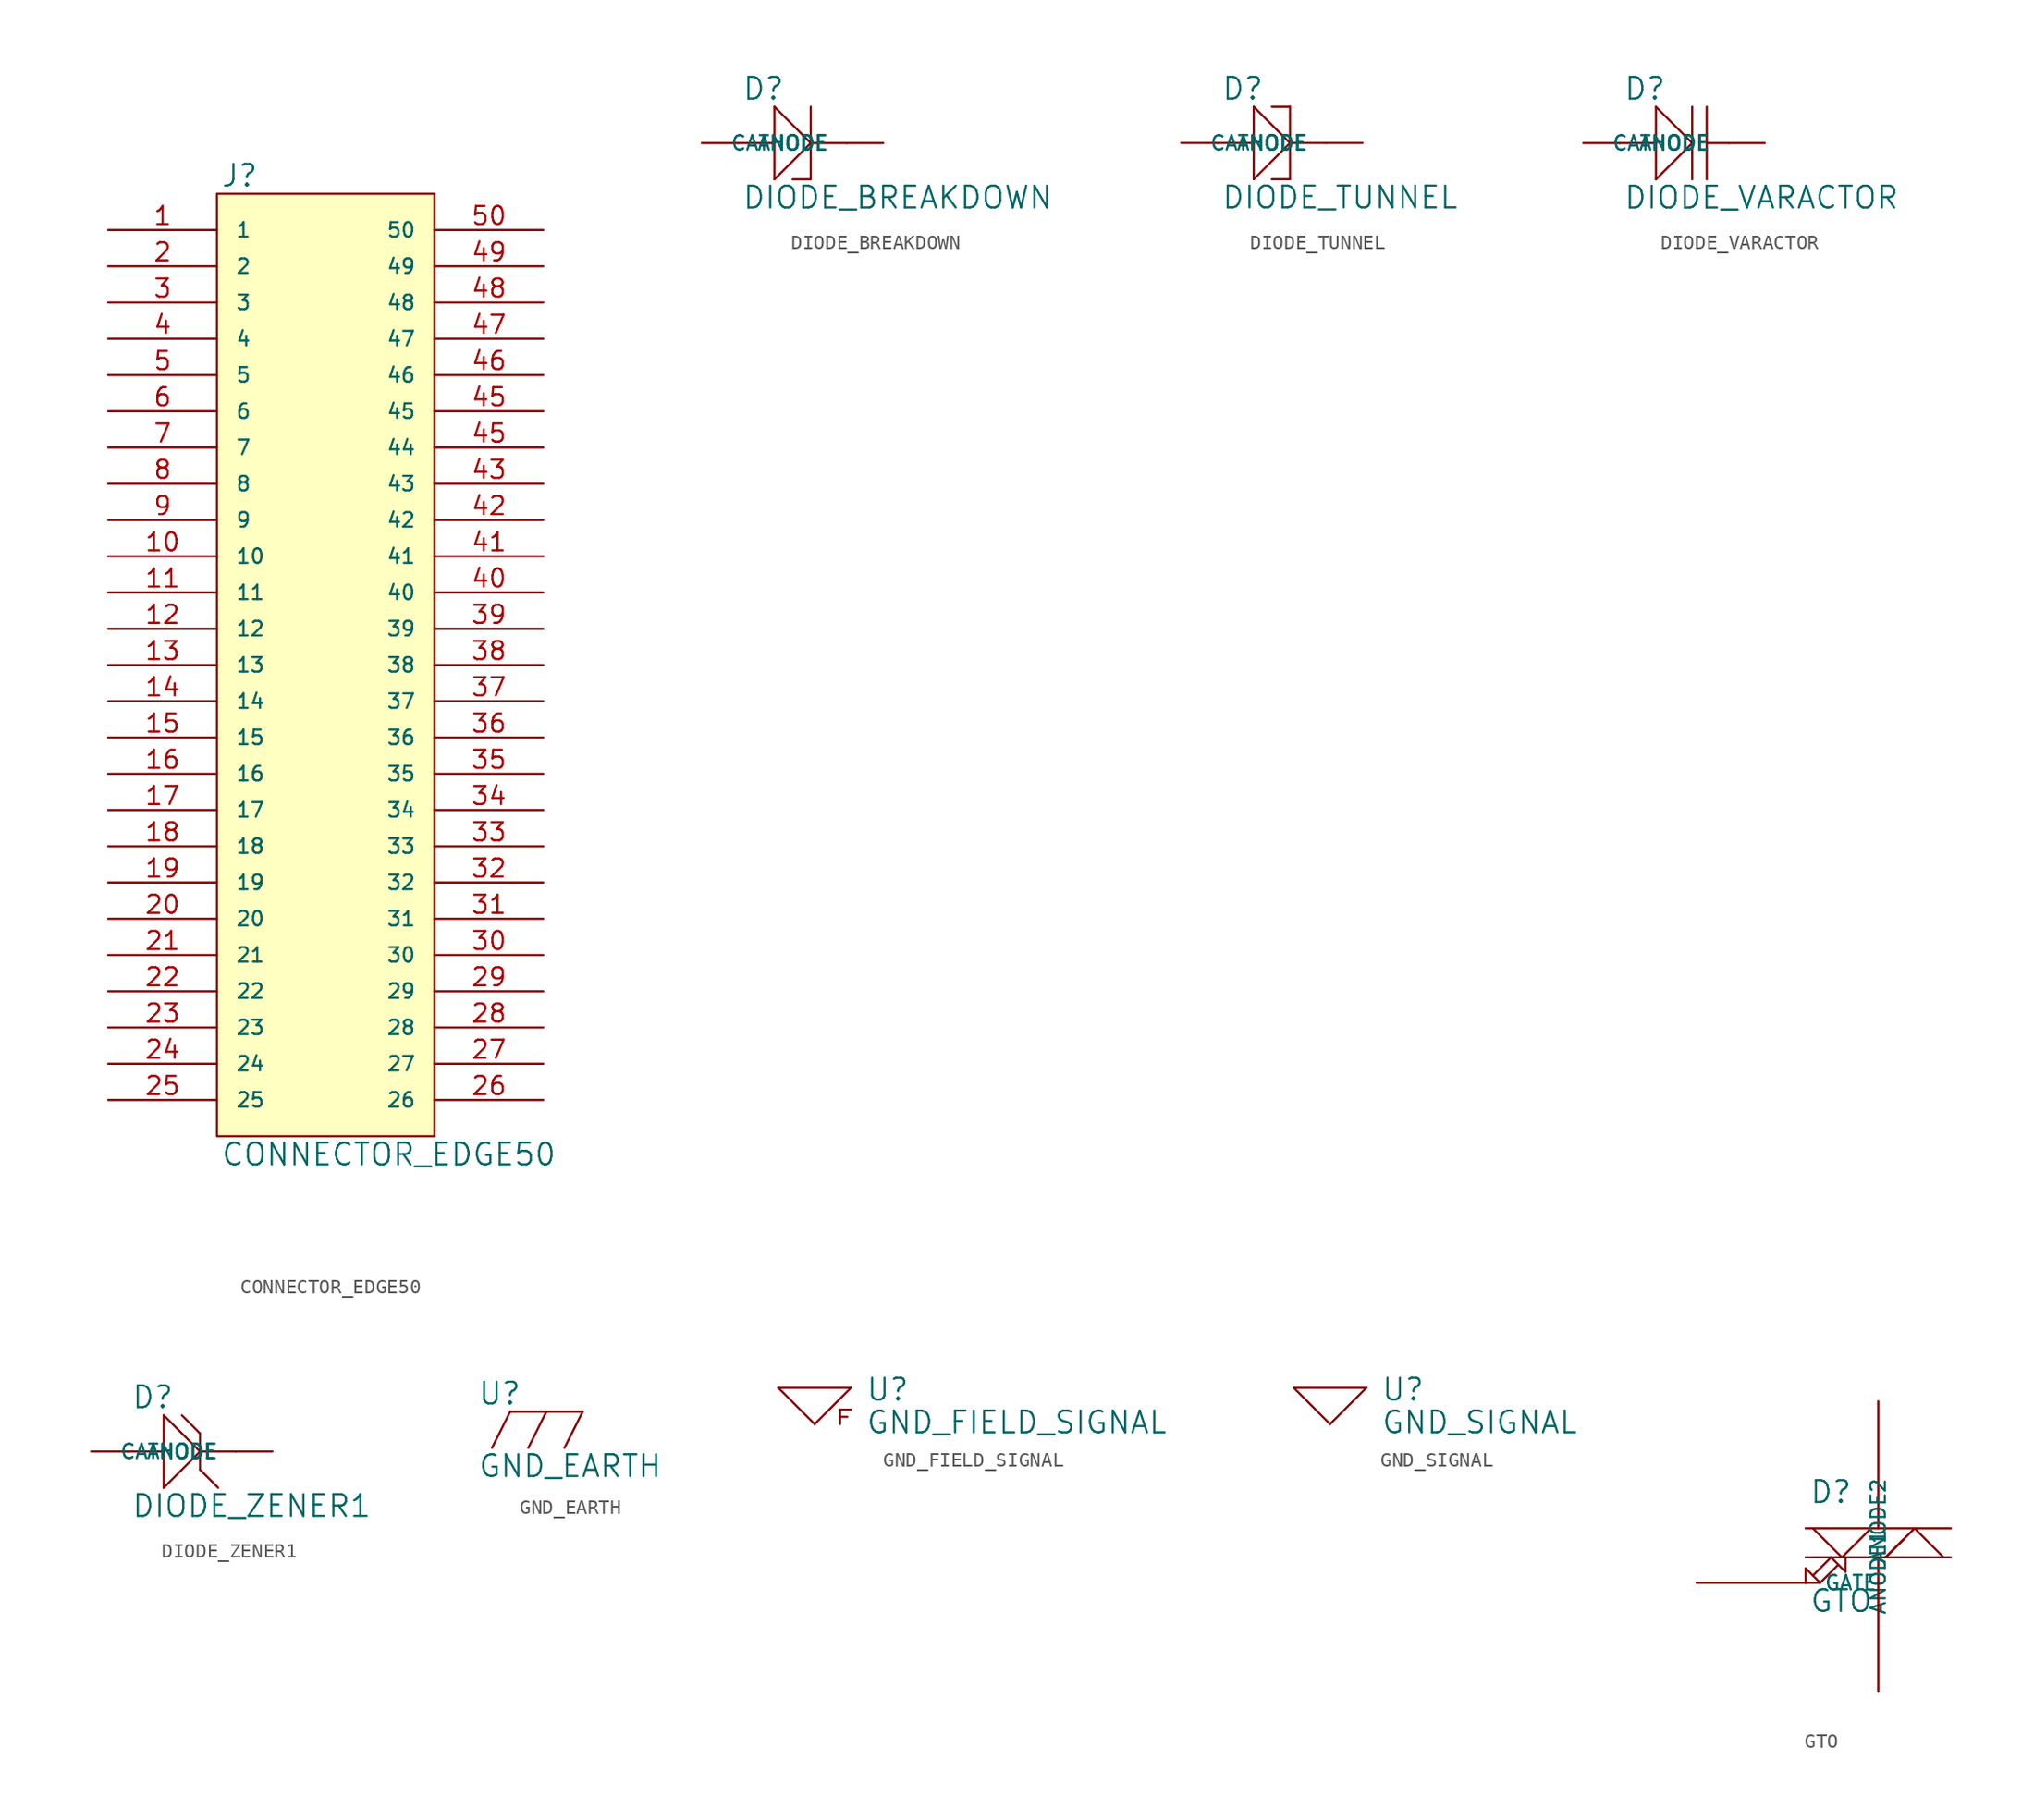
<source format=kicad_sym>
(kicad_symbol_lib
  (version 20231120)
  (generator "kicad_symbol_editor")
  (generator_version "8.0")
  (symbol "CONNECTOR_EDGE50"
    (pin_names
      (offset 1.27))
    (property "Reference" "J"
      (at 0.254 0.381 0)
      (effects (font (size 1.524 1.524)) (justify left bottom)))
    (property "Value" "CONNECTOR_EDGE50"
      (at 0.254 -66.421 0)
      (effects (font (size 1.524 1.524)) (justify left top)))
    (symbol "CONNECTOR_EDGE50_0_1"
      (rectangle (start 0 0) (end 15.24 -66.04) (stroke (width 0) (type solid)) (fill (type background))))
    (symbol "CONNECTOR_EDGE50_1_1"
      (pin passive line (at -7.62 -2.54 0) (length 7.62) (name "1" (effects (font (size 1.016 1.016)))) (number "1" (effects (font (size 1.27 1.27)))))
      (pin passive line (at -7.62 -25.4 0) (length 7.62) (name "10" (effects (font (size 1.016 1.016)))) (number "10" (effects (font (size 1.27 1.27)))))
      (pin passive line (at -7.62 -27.94 0) (length 7.62) (name "11" (effects (font (size 1.016 1.016)))) (number "11" (effects (font (size 1.27 1.27)))))
      (pin passive line (at -7.62 -30.48 0) (length 7.62) (name "12" (effects (font (size 1.016 1.016)))) (number "12" (effects (font (size 1.27 1.27)))))
      (pin passive line (at -7.62 -33.02 0) (length 7.62) (name "13" (effects (font (size 1.016 1.016)))) (number "13" (effects (font (size 1.27 1.27)))))
      (pin passive line (at -7.62 -35.56 0) (length 7.62) (name "14" (effects (font (size 1.016 1.016)))) (number "14" (effects (font (size 1.27 1.27)))))
      (pin passive line (at -7.62 -38.1 0) (length 7.62) (name "15" (effects (font (size 1.016 1.016)))) (number "15" (effects (font (size 1.27 1.27)))))
      (pin passive line (at -7.62 -40.64 0) (length 7.62) (name "16" (effects (font (size 1.016 1.016)))) (number "16" (effects (font (size 1.27 1.27)))))
      (pin passive line (at -7.62 -43.18 0) (length 7.62) (name "17" (effects (font (size 1.016 1.016)))) (number "17" (effects (font (size 1.27 1.27)))))
      (pin passive line (at -7.62 -45.72 0) (length 7.62) (name "18" (effects (font (size 1.016 1.016)))) (number "18" (effects (font (size 1.27 1.27)))))
      (pin passive line (at -7.62 -48.26 0) (length 7.62) (name "19" (effects (font (size 1.016 1.016)))) (number "19" (effects (font (size 1.27 1.27)))))
      (pin passive line (at -7.62 -5.08 0) (length 7.62) (name "2" (effects (font (size 1.016 1.016)))) (number "2" (effects (font (size 1.27 1.27)))))
      (pin passive line (at -7.62 -50.8 0) (length 7.62) (name "20" (effects (font (size 1.016 1.016)))) (number "20" (effects (font (size 1.27 1.27)))))
      (pin passive line (at -7.62 -53.34 0) (length 7.62) (name "21" (effects (font (size 1.016 1.016)))) (number "21" (effects (font (size 1.27 1.27)))))
      (pin passive line (at -7.62 -55.88 0) (length 7.62) (name "22" (effects (font (size 1.016 1.016)))) (number "22" (effects (font (size 1.27 1.27)))))
      (pin passive line (at -7.62 -58.42 0) (length 7.62) (name "23" (effects (font (size 1.016 1.016)))) (number "23" (effects (font (size 1.27 1.27)))))
      (pin passive line (at -7.62 -60.96 0) (length 7.62) (name "24" (effects (font (size 1.016 1.016)))) (number "24" (effects (font (size 1.27 1.27)))))
      (pin passive line (at -7.62 -63.5 0) (length 7.62) (name "25" (effects (font (size 1.016 1.016)))) (number "25" (effects (font (size 1.27 1.27)))))
      (pin passive line (at 22.86 -63.5 180) (length 7.62) (name "26" (effects (font (size 1.016 1.016)))) (number "26" (effects (font (size 1.27 1.27)))))
      (pin passive line (at 22.86 -60.96 180) (length 7.62) (name "27" (effects (font (size 1.016 1.016)))) (number "27" (effects (font (size 1.27 1.27)))))
      (pin passive line (at 22.86 -58.42 180) (length 7.62) (name "28" (effects (font (size 1.016 1.016)))) (number "28" (effects (font (size 1.27 1.27)))))
      (pin passive line (at 22.86 -55.88 180) (length 7.62) (name "29" (effects (font (size 1.016 1.016)))) (number "29" (effects (font (size 1.27 1.27)))))
      (pin passive line (at -7.62 -7.62 0) (length 7.62) (name "3" (effects (font (size 1.016 1.016)))) (number "3" (effects (font (size 1.27 1.27)))))
      (pin passive line (at 22.86 -53.34 180) (length 7.62) (name "30" (effects (font (size 1.016 1.016)))) (number "30" (effects (font (size 1.27 1.27)))))
      (pin passive line (at 22.86 -50.8 180) (length 7.62) (name "31" (effects (font (size 1.016 1.016)))) (number "31" (effects (font (size 1.27 1.27)))))
      (pin passive line (at 22.86 -48.26 180) (length 7.62) (name "32" (effects (font (size 1.016 1.016)))) (number "32" (effects (font (size 1.27 1.27)))))
      (pin passive line (at 22.86 -45.72 180) (length 7.62) (name "33" (effects (font (size 1.016 1.016)))) (number "33" (effects (font (size 1.27 1.27)))))
      (pin passive line (at 22.86 -43.18 180) (length 7.62) (name "34" (effects (font (size 1.016 1.016)))) (number "34" (effects (font (size 1.27 1.27)))))
      (pin passive line (at 22.86 -40.64 180) (length 7.62) (name "35" (effects (font (size 1.016 1.016)))) (number "35" (effects (font (size 1.27 1.27)))))
      (pin passive line (at 22.86 -38.1 180) (length 7.62) (name "36" (effects (font (size 1.016 1.016)))) (number "36" (effects (font (size 1.27 1.27)))))
      (pin passive line (at 22.86 -35.56 180) (length 7.62) (name "37" (effects (font (size 1.016 1.016)))) (number "37" (effects (font (size 1.27 1.27)))))
      (pin passive line (at 22.86 -33.02 180) (length 7.62) (name "38" (effects (font (size 1.016 1.016)))) (number "38" (effects (font (size 1.27 1.27)))))
      (pin passive line (at 22.86 -30.48 180) (length 7.62) (name "39" (effects (font (size 1.016 1.016)))) (number "39" (effects (font (size 1.27 1.27)))))
      (pin passive line (at -7.62 -10.16 0) (length 7.62) (name "4" (effects (font (size 1.016 1.016)))) (number "4" (effects (font (size 1.27 1.27)))))
      (pin passive line (at 22.86 -27.94 180) (length 7.62) (name "40" (effects (font (size 1.016 1.016)))) (number "40" (effects (font (size 1.27 1.27)))))
      (pin passive line (at 22.86 -25.4 180) (length 7.62) (name "41" (effects (font (size 1.016 1.016)))) (number "41" (effects (font (size 1.27 1.27)))))
      (pin passive line (at 22.86 -22.86 180) (length 7.62) (name "42" (effects (font (size 1.016 1.016)))) (number "42" (effects (font (size 1.27 1.27)))))
      (pin passive line (at 22.86 -20.32 180) (length 7.62) (name "43" (effects (font (size 1.016 1.016)))) (number "43" (effects (font (size 1.27 1.27)))))
      (pin passive line (at 22.86 -17.78 180) (length 7.62) (name "44" (effects (font (size 1.016 1.016)))) (number "45" (effects (font (size 1.27 1.27)))))
      (pin passive line (at 22.86 -15.24 180) (length 7.62) (name "45" (effects (font (size 1.016 1.016)))) (number "45" (effects (font (size 1.27 1.27)))))
      (pin passive line (at 22.86 -12.7 180) (length 7.62) (name "46" (effects (font (size 1.016 1.016)))) (number "46" (effects (font (size 1.27 1.27)))))
      (pin passive line (at 22.86 -10.16 180) (length 7.62) (name "47" (effects (font (size 1.016 1.016)))) (number "47" (effects (font (size 1.27 1.27)))))
      (pin passive line (at 22.86 -7.62 180) (length 7.62) (name "48" (effects (font (size 1.016 1.016)))) (number "48" (effects (font (size 1.27 1.27)))))
      (pin passive line (at 22.86 -5.08 180) (length 7.62) (name "49" (effects (font (size 1.016 1.016)))) (number "49" (effects (font (size 1.27 1.27)))))
      (pin passive line (at -7.62 -12.7 0) (length 7.62) (name "5" (effects (font (size 1.016 1.016)))) (number "5" (effects (font (size 1.27 1.27)))))
      (pin passive line (at 22.86 -2.54 180) (length 7.62) (name "50" (effects (font (size 1.016 1.016)))) (number "50" (effects (font (size 1.27 1.27)))))
      (pin passive line (at -7.62 -15.24 0) (length 7.62) (name "6" (effects (font (size 1.016 1.016)))) (number "6" (effects (font (size 1.27 1.27)))))
      (pin passive line (at -7.62 -17.78 0) (length 7.62) (name "7" (effects (font (size 1.016 1.016)))) (number "7" (effects (font (size 1.27 1.27)))))
      (pin passive line (at -7.62 -20.32 0) (length 7.62) (name "8" (effects (font (size 1.016 1.016)))) (number "8" (effects (font (size 1.27 1.27)))))
      (pin passive line (at -7.62 -22.86 0) (length 7.62) (name "9" (effects (font (size 1.016 1.016)))) (number "9" (effects (font (size 1.27 1.27)))))))
  (symbol "DIODE_BREAKDOWN"
    (pin_names
      (offset 1.27))
    (property "Reference" "D"
      (at 0.254 0.381 0)
      (effects (font (size 1.524 1.524)) (justify left bottom)))
    (property "Value" "DIODE_BREAKDOWN"
      (at 0.254 -5.461 0)
      (effects (font (size 1.524 1.524)) (justify left top)))
    (symbol "DIODE_BREAKDOWN_0_1"
      (polyline (pts (xy 0 -2.54) (xy 2.54 -2.54)) (stroke (width 0) (type solid)) (fill (type none)))
      (polyline (pts (xy 2.54 -5.08) (xy 5.08 -2.54)) (stroke (width 0) (type solid)) (fill (type none)))
      (polyline (pts (xy 2.54 0) (xy 2.54 -5.08)) (stroke (width 0) (type solid)) (fill (type none)))
      (polyline (pts (xy 5.08 -5.08) (xy 3.81 -5.08)) (stroke (width 0) (type solid)) (fill (type none)))
      (polyline (pts (xy 5.08 -2.54) (xy 2.54 0)) (stroke (width 0) (type solid)) (fill (type none)))
      (polyline (pts (xy 5.08 -2.54) (xy 7.62 -2.54)) (stroke (width 0) (type solid)) (fill (type none)))
      (polyline (pts (xy 5.08 0) (xy 5.08 -5.08)) (stroke (width 0) (type solid)) (fill (type none))))
    (symbol "DIODE_BREAKDOWN_1_1"
      (pin passive line (at -2.54 -2.54 0) (length 2.54) (name "ANODE" (effects (font (size 1.016 1.016)))) (number "~" (effects (font (size 1.27 1.27)))))
      (pin passive line (at 10.16 -2.54 180) (length 2.54) (name "CATHODE" (effects (font (size 1.016 1.016)))) (number "~" (effects (font (size 1.27 1.27)))))))
  (symbol "DIODE_TUNNEL"
    (pin_names
      (offset 1.27))
    (property "Reference" "D"
      (at 0.254 0.381 0)
      (effects (font (size 1.524 1.524)) (justify left bottom)))
    (property "Value" "DIODE_TUNNEL"
      (at 0.254 -5.461 0)
      (effects (font (size 1.524 1.524)) (justify left top)))
    (symbol "DIODE_TUNNEL_0_1"
      (polyline (pts (xy 0 -2.54) (xy 2.54 -2.54)) (stroke (width 0) (type solid)) (fill (type none)))
      (polyline (pts (xy 2.54 -5.08) (xy 5.08 -2.54)) (stroke (width 0) (type solid)) (fill (type none)))
      (polyline (pts (xy 2.54 0) (xy 2.54 -5.08)) (stroke (width 0) (type solid)) (fill (type none)))
      (polyline (pts (xy 3.81 0) (xy 5.08 0)) (stroke (width 0) (type solid)) (fill (type none)))
      (polyline (pts (xy 5.08 -5.08) (xy 3.81 -5.08)) (stroke (width 0) (type solid)) (fill (type none)))
      (polyline (pts (xy 5.08 -2.54) (xy 2.54 0)) (stroke (width 0) (type solid)) (fill (type none)))
      (polyline (pts (xy 5.08 -2.54) (xy 7.62 -2.54)) (stroke (width 0) (type solid)) (fill (type none)))
      (polyline (pts (xy 5.08 0) (xy 5.08 -5.08)) (stroke (width 0) (type solid)) (fill (type none))))
    (symbol "DIODE_TUNNEL_1_1"
      (pin passive line (at -2.54 -2.54 0) (length 2.54) (name "ANODE" (effects (font (size 1.016 1.016)))) (number "~" (effects (font (size 1.27 1.27)))))
      (pin passive line (at 10.16 -2.54 180) (length 2.54) (name "CATHODE" (effects (font (size 1.016 1.016)))) (number "~" (effects (font (size 1.27 1.27)))))))
  (symbol "DIODE_VARACTOR"
    (pin_names
      (offset 1.27))
    (property "Reference" "D"
      (at 0.254 0.381 0)
      (effects (font (size 1.524 1.524)) (justify left bottom)))
    (property "Value" "DIODE_VARACTOR"
      (at 0.254 -5.461 0)
      (effects (font (size 1.524 1.524)) (justify left top)))
    (symbol "DIODE_VARACTOR_0_1"
      (polyline (pts (xy 0 -2.54) (xy 2.54 -2.54)) (stroke (width 0) (type solid)) (fill (type none)))
      (polyline (pts (xy 2.54 -5.08) (xy 5.08 -2.54)) (stroke (width 0) (type solid)) (fill (type none)))
      (polyline (pts (xy 2.54 0) (xy 2.54 -5.08)) (stroke (width 0) (type solid)) (fill (type none)))
      (polyline (pts (xy 5.08 -2.54) (xy 2.54 0)) (stroke (width 0) (type solid)) (fill (type none)))
      (polyline (pts (xy 5.08 0) (xy 5.08 -5.08)) (stroke (width 0) (type solid)) (fill (type none)))
      (polyline (pts (xy 6.096 -2.54) (xy 7.62 -2.54)) (stroke (width 0) (type solid)) (fill (type none)))
      (polyline (pts (xy 6.096 0) (xy 6.096 -5.08)) (stroke (width 0) (type solid)) (fill (type none))))
    (symbol "DIODE_VARACTOR_1_1"
      (pin passive line (at -2.54 -2.54 0) (length 2.54) (name "ANODE" (effects (font (size 1.016 1.016)))) (number "~" (effects (font (size 1.27 1.27)))))
      (pin passive line (at 10.16 -2.54 180) (length 2.54) (name "CATHODE" (effects (font (size 1.016 1.016)))) (number "~" (effects (font (size 1.27 1.27)))))))
  (symbol "DIODE_ZENER1"
    (pin_names
      (offset 1.27))
    (property "Reference" "D"
      (at 0.254 0.381 0)
      (effects (font (size 1.524 1.524)) (justify left bottom)))
    (property "Value" "DIODE_ZENER1"
      (at 0.254 -5.461 0)
      (effects (font (size 1.524 1.524)) (justify left top)))
    (symbol "DIODE_ZENER1_0_1"
      (polyline (pts (xy 0 -2.54) (xy 2.54 -2.54)) (stroke (width 0) (type solid)) (fill (type none)))
      (polyline (pts (xy 2.54 -5.08) (xy 5.08 -2.54)) (stroke (width 0) (type solid)) (fill (type none)))
      (polyline (pts (xy 2.54 0) (xy 2.54 -5.08)) (stroke (width 0) (type solid)) (fill (type none)))
      (polyline (pts (xy 3.81 0) (xy 5.08 -1.27)) (stroke (width 0) (type solid)) (fill (type none)))
      (polyline (pts (xy 5.08 -3.81) (xy 6.35 -5.08)) (stroke (width 0) (type solid)) (fill (type none)))
      (polyline (pts (xy 5.08 -2.54) (xy 2.54 0)) (stroke (width 0) (type solid)) (fill (type none)))
      (polyline (pts (xy 5.08 -2.54) (xy 7.62 -2.54)) (stroke (width 0) (type solid)) (fill (type none)))
      (polyline (pts (xy 5.08 -1.27) (xy 5.08 -3.81)) (stroke (width 0) (type solid)) (fill (type none))))
    (symbol "DIODE_ZENER1_1_1"
      (pin passive line (at -2.54 -2.54 0) (length 2.54) (name "ANODE" (effects (font (size 1.016 1.016)))) (number "~" (effects (font (size 1.27 1.27)))))
      (pin passive line (at 10.16 -2.54 180) (length 2.54) (name "CATHODE" (effects (font (size 1.016 1.016)))) (number "~" (effects (font (size 1.27 1.27)))))))
  (symbol "GND_EARTH"
    (pin_names
      (offset 1.27))
    (property "Reference" "U"
      (at 0.254 0.381 0)
      (effects (font (size 1.524 1.524)) (justify left bottom)))
    (property "Value" "GND_EARTH"
      (at 0.254 -2.921 0)
      (effects (font (size 1.524 1.524)) (justify left top)))
    (symbol "GND_EARTH_0_1"
      (polyline (pts (xy 1.27 -2.54) (xy 2.54 0)) (stroke (width 0) (type solid)) (fill (type none)))
      (polyline (pts (xy 2.54 0) (xy 7.62 0)) (stroke (width 0) (type solid)) (fill (type none)))
      (polyline (pts (xy 3.81 -2.54) (xy 5.08 0)) (stroke (width 0) (type solid)) (fill (type none)))
      (polyline (pts (xy 7.62 0) (xy 6.35 -2.54)) (stroke (width 0) (type solid)) (fill (type none))))
    (symbol "GND_EARTH_1_1"
      (pin power_in line (at 5.08 0 270) (length 0) hide (name "GND" (effects (font (size 1.016 1.016)))) (number "~" (effects (font (size 1.27 1.27)))))))
  (symbol "GND_FIELD_SIGNAL"
    (pin_names
      (offset 1.27))
    (property "Reference" "U"
      (at 6.096 -1.016 0)
      (effects (font (size 1.524 1.524)) (justify left bottom)))
    (property "Value" "GND_FIELD_SIGNAL"
      (at 6.096 -1.524 0)
      (effects (font (size 1.524 1.524)) (justify left top)))
    (symbol "GND_FIELD_SIGNAL_0_1"
      (polyline (pts (xy 0 0) (xy 5.08 0)) (stroke (width 0) (type solid)) (fill (type none)))
      (polyline (pts (xy 2.54 -2.54) (xy 0 0)) (stroke (width 0) (type solid)) (fill (type none)))
      (polyline (pts (xy 4.318 -1.778) (xy 4.318 -1.524)) (stroke (width 0) (type solid)) (fill (type none)))
      (polyline (pts (xy 4.318 -1.524) (xy 4.318 -2.54)) (stroke (width 0) (type solid)) (fill (type none)))
      (polyline (pts (xy 4.318 -1.524) (xy 5.08 -1.524)) (stroke (width 0) (type solid)) (fill (type none)))
      (polyline (pts (xy 4.826 -2.032) (xy 4.318 -2.032)) (stroke (width 0) (type solid)) (fill (type none)))
      (polyline (pts (xy 5.08 0) (xy 2.54 -2.54)) (stroke (width 0) (type solid)) (fill (type none))))
    (symbol "GND_FIELD_SIGNAL_1_1"
      (pin power_in line (at 2.54 0 270) (length 0) hide (name "FIELDGND" (effects (font (size 1.016 1.016)))) (number "~" (effects (font (size 1.27 1.27)))))))
  (symbol "GND_SIGNAL"
    (pin_names
      (offset 1.27))
    (property "Reference" "U"
      (at 6.096 -1.016 0)
      (effects (font (size 1.524 1.524)) (justify left bottom)))
    (property "Value" "GND_SIGNAL"
      (at 6.096 -1.524 0)
      (effects (font (size 1.524 1.524)) (justify left top)))
    (symbol "GND_SIGNAL_0_1"
      (polyline (pts (xy 0 0) (xy 5.08 0)) (stroke (width 0) (type solid)) (fill (type none)))
      (polyline (pts (xy 2.54 -2.54) (xy 0 0)) (stroke (width 0) (type solid)) (fill (type none)))
      (polyline (pts (xy 5.08 0) (xy 2.54 -2.54)) (stroke (width 0) (type solid)) (fill (type none))))
    (symbol "GND_SIGNAL_1_1"
      (pin power_in line (at 2.54 0 270) (length 0) hide (name "GND" (effects (font (size 1.016 1.016)))) (number "~" (effects (font (size 1.27 1.27)))))))
  (symbol "GTO"
    (pin_names
      (offset 1.27))
    (property "Reference" "D"
      (at 0.254 0.381 0)
      (effects (font (size 1.524 1.524)) (justify left bottom)))
    (property "Value" "GTO"
      (at 0.254 -5.461 0)
      (effects (font (size 1.524 1.524)) (justify left top)))
    (symbol "GTO_0_1"
      (polyline (pts (xy 0 -5.08) (xy 0 -4.064)) (stroke (width 0) (type solid)) (fill (type none)))
      (polyline (pts (xy 0 -4.064) (xy 1.016 -5.08)) (stroke (width 0) (type solid)) (fill (type none)))
      (polyline (pts (xy 0 -1.27) (xy 10.16 -1.27)) (stroke (width 0) (type solid)) (fill (type none)))
      (polyline (pts (xy 0.508 -4.572) (xy 1.778 -3.302)) (stroke (width 0) (type solid)) (fill (type none)))
      (polyline (pts (xy 1.016 -5.08) (xy 0 -5.08)) (stroke (width 0) (type solid)) (fill (type none)))
      (polyline (pts (xy 2.286 -3.81) (xy 1.016 -5.08)) (stroke (width 0) (type solid)) (fill (type none)))
      (polyline (pts (xy 2.54 -3.302) (xy 0.508 -1.27)) (stroke (width 0) (type solid)) (fill (type none)))
      (polyline (pts (xy 2.54 -3.302) (xy 4.572 -1.27)) (stroke (width 0) (type solid)) (fill (type none)))
      (polyline (pts (xy 2.794 -4.318) (xy 1.778 -3.302)) (stroke (width 0) (type solid)) (fill (type none)))
      (polyline (pts (xy 2.794 -3.302) (xy 2.794 -4.318)) (stroke (width 0) (type solid)) (fill (type none)))
      (polyline (pts (xy 5.08 -3.302) (xy 5.08 -5.08)) (stroke (width 0) (type solid)) (fill (type none)))
      (polyline (pts (xy 5.08 0) (xy 5.08 -1.27)) (stroke (width 0) (type solid)) (fill (type none)))
      (polyline (pts (xy 5.588 -3.302) (xy 6.858 -2.032)) (stroke (width 0) (type solid)) (fill (type none)))
      (polyline (pts (xy 7.62 -1.27) (xy 5.588 -3.302)) (stroke (width 0) (type solid)) (fill (type none)))
      (polyline (pts (xy 7.62 -1.27) (xy 9.652 -3.302)) (stroke (width 0) (type solid)) (fill (type none)))
      (polyline (pts (xy 10.16 -3.302) (xy 0 -3.302)) (stroke (width 0) (type solid)) (fill (type none))))
    (symbol "GTO_1_1"
      (pin input line (at 5.08 7.62 270) (length 7.62) (name "ANODE1" (effects (font (size 1.016 1.016)))) (number "~" (effects (font (size 1.27 1.27)))))
      (pin input line (at 5.08 -12.7 90) (length 7.62) (name "ANODE2" (effects (font (size 1.016 1.016)))) (number "~" (effects (font (size 1.27 1.27)))))
      (pin input line (at -7.62 -5.08 0) (length 7.62) (name "GATE" (effects (font (size 1.016 1.016)))) (number "~" (effects (font (size 1.27 1.27))))))))
</source>
